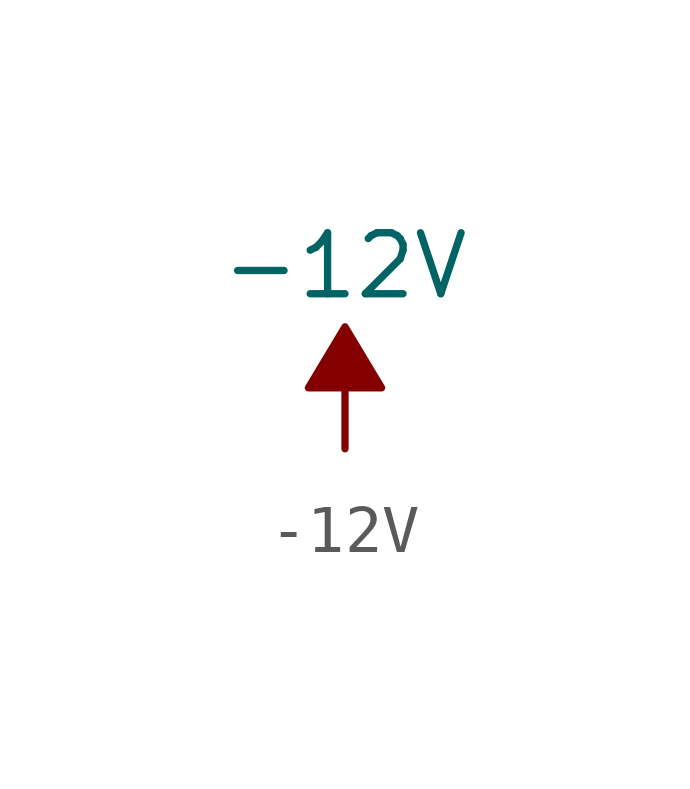
<source format=kicad_sym>
(kicad_symbol_lib
  (version 20211014)
  (generator kicad_symbol_editor)
  (symbol "-12V"
    (power)
    (pin_names
      (offset 0))
    (property "Reference" "#PWR"
      (at 0 2.54 0)
      (effects (font (size 1.27 1.27)) hide))
    (property "Value" "-12V"
      (at 0 3.81 0)
      (effects (font (size 1.27 1.27))))
    (symbol "-12V_0_0"
      (pin power_in line (at 0 0 90) (length 0) hide (name "-12V" (effects (font (size 1.27 1.27)))) (number "1" (effects (font (size 1.27 1.27))))))
    (symbol "-12V_0_1"
      (polyline (pts (xy 0 0) (xy 0 1.27) (xy 0.762 1.27) (xy 0 2.54) (xy -0.762 1.27) (xy 0 1.27)) (stroke (width 0) (type default) (color 0 0 0 0)) (fill (type outline))))))
</source>
